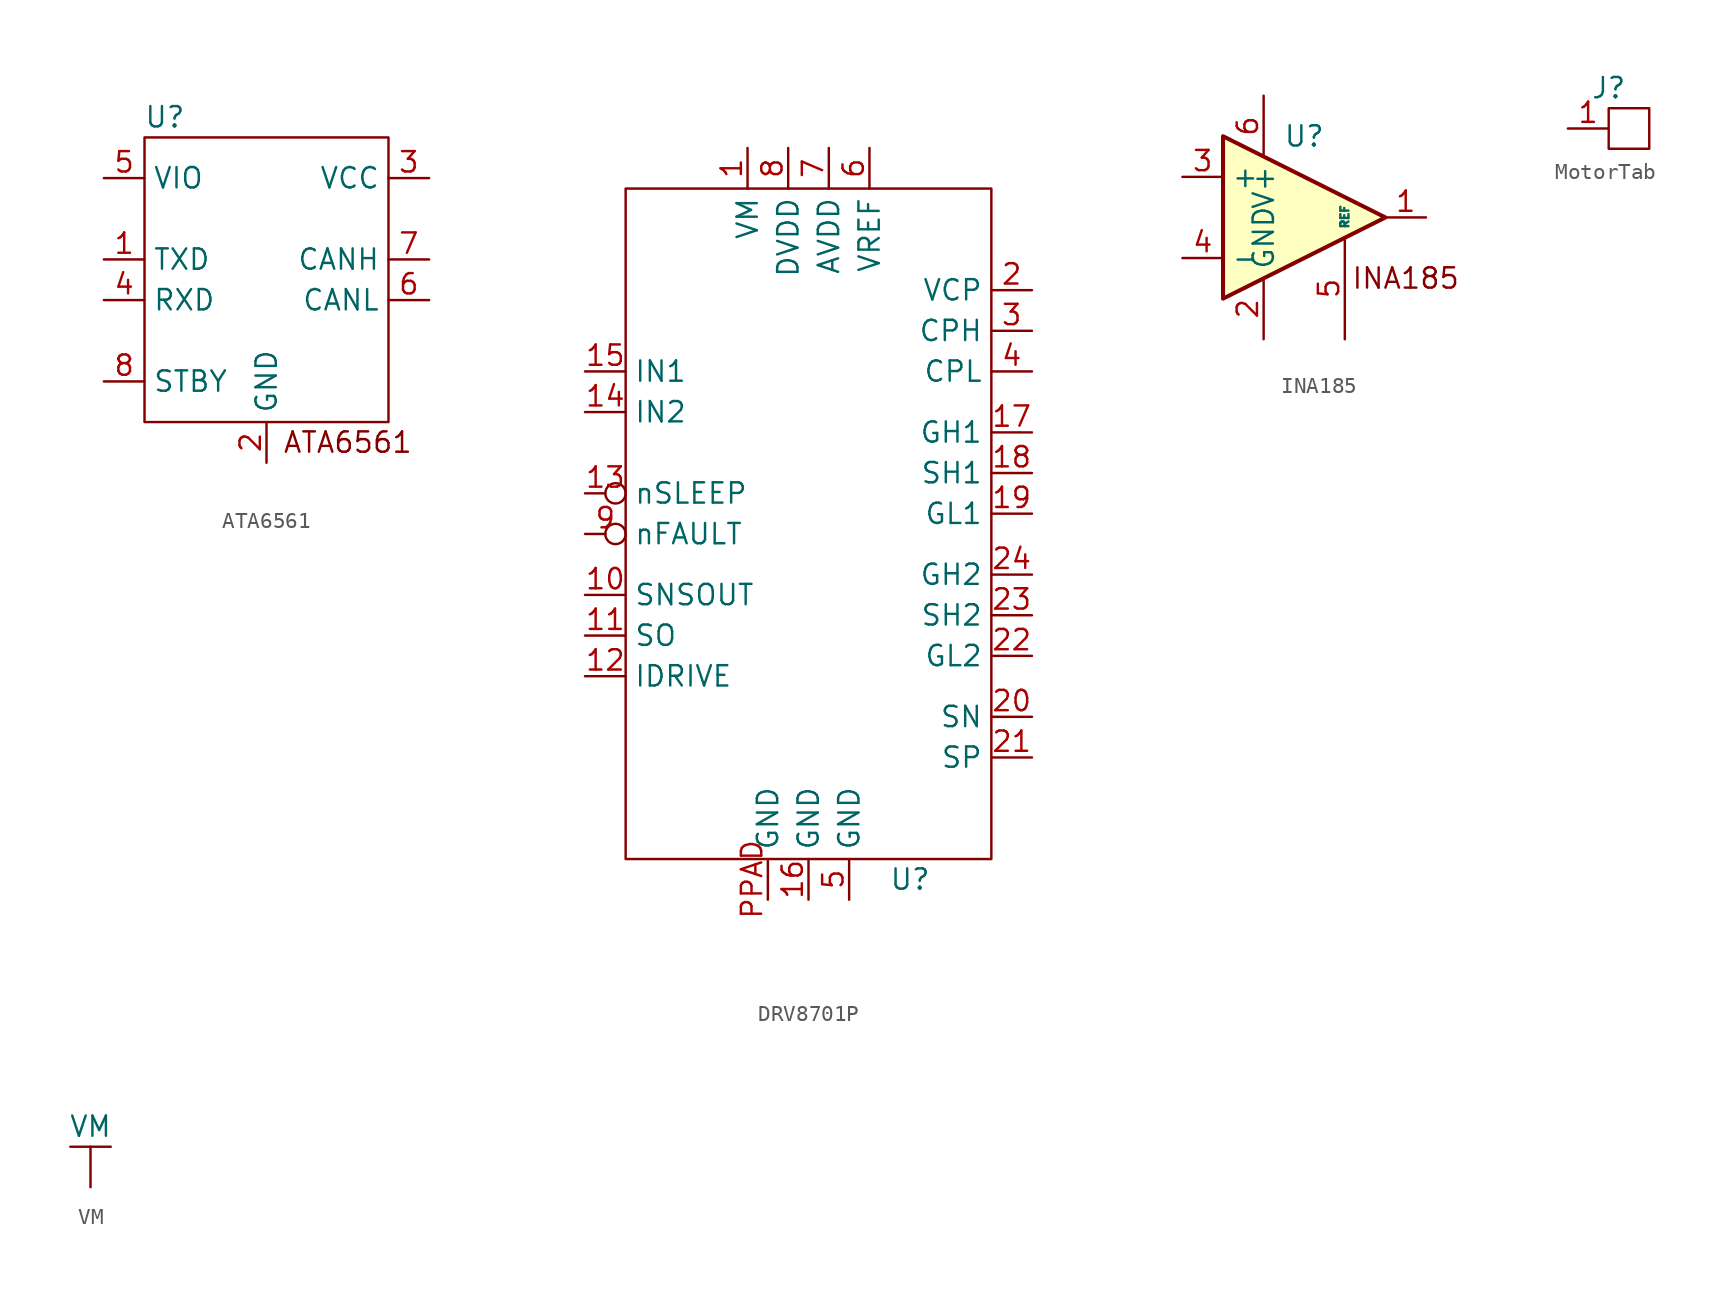
<source format=kicad_sym>
(kicad_symbol_lib
  (version 20220914)
  (generator kicad_symbol_editor)
  (symbol "ATA6561"
    (property "Reference" "U"
      (at -6.35 7.62 0)
      (effects (font (size 1.27 1.27))))
    (property "Value" ""
      (at 0 0 0)
      (effects (font (size 1.27 1.27))))
    (symbol "ATA6561_0_0"
      (pin unspecified line (at -10.16 -1.27 0) (length 2.54) (name "TXD" (effects (font (size 1.27 1.27)))) (number "1" (effects (font (size 1.27 1.27)))))
      (pin unspecified line (at 0 -13.97 90) (length 2.54) (name "GND" (effects (font (size 1.27 1.27)))) (number "2" (effects (font (size 1.27 1.27)))))
      (pin unspecified line (at 10.16 3.81 180) (length 2.54) (name "VCC" (effects (font (size 1.27 1.27)))) (number "3" (effects (font (size 1.27 1.27)))))
      (pin unspecified line (at -10.16 -3.81 0) (length 2.54) (name "RXD" (effects (font (size 1.27 1.27)))) (number "4" (effects (font (size 1.27 1.27)))))
      (pin unspecified line (at 10.16 -3.81 180) (length 2.54) (name "CANL" (effects (font (size 1.27 1.27)))) (number "6" (effects (font (size 1.27 1.27)))))
      (pin unspecified line (at 10.16 -1.27 180) (length 2.54) (name "CANH" (effects (font (size 1.27 1.27)))) (number "7" (effects (font (size 1.27 1.27)))))
      (pin unspecified line (at -10.16 -8.89 0) (length 2.54) (name "STBY" (effects (font (size 1.27 1.27)))) (number "8" (effects (font (size 1.27 1.27))))))
    (symbol "ATA6561_0_1"
      (rectangle (start -7.62 6.35) (end 7.62 -11.43) (stroke (width 0) (type default)) (fill (type none))))
    (symbol "ATA6561_1_0"
      (pin unspecified line (at -10.16 3.81 0) (length 2.54) (name "VIO" (effects (font (size 1.27 1.27)))) (number "5" (effects (font (size 1.27 1.27))))))
    (symbol "ATA6561_1_1"
      (text "ATA6561\n" (at 5.08 -12.7 0) (effects (font (size 1.27 1.27))))))
  (symbol "DRV8701P"
    (property "Reference" "U"
      (at 6.35 -22.86 0)
      (effects (font (size 1.27 1.27))))
    (property "Value" ""
      (at -5.08 21.59 0)
      (effects (font (size 1.27 1.27))))
    (symbol "DRV8701P_0_0"
      (pin unspecified line (at -3.81 22.86 270) (length 2.54) (name "VM" (effects (font (size 1.27 1.27)))) (number "1" (effects (font (size 1.27 1.27)))))
      (pin unspecified line (at -13.97 -5.08 0) (length 2.54) (name "SNSOUT" (effects (font (size 1.27 1.27)))) (number "10" (effects (font (size 1.27 1.27)))))
      (pin unspecified line (at -13.97 -7.62 0) (length 2.54) (name "SO" (effects (font (size 1.27 1.27)))) (number "11" (effects (font (size 1.27 1.27)))))
      (pin unspecified line (at -13.97 -10.16 0) (length 2.54) (name "IDRIVE" (effects (font (size 1.27 1.27)))) (number "12" (effects (font (size 1.27 1.27)))))
      (pin unspecified inverted (at -13.97 1.27 0) (length 2.54) (name "nSLEEP" (effects (font (size 1.27 1.27)))) (number "13" (effects (font (size 1.27 1.27)))))
      (pin unspecified line (at -13.97 6.35 0) (length 2.54) (name "IN2" (effects (font (size 1.27 1.27)))) (number "14" (effects (font (size 1.27 1.27)))))
      (pin unspecified line (at -13.97 8.89 0) (length 2.54) (name "IN1" (effects (font (size 1.27 1.27)))) (number "15" (effects (font (size 1.27 1.27)))))
      (pin unspecified line (at 0 -24.13 90) (length 2.54) (name "GND" (effects (font (size 1.27 1.27)))) (number "16" (effects (font (size 1.27 1.27)))))
      (pin unspecified line (at 13.97 5.08 180) (length 2.54) (name "GH1" (effects (font (size 1.27 1.27)))) (number "17" (effects (font (size 1.27 1.27)))))
      (pin unspecified line (at 13.97 2.54 180) (length 2.54) (name "SH1" (effects (font (size 1.27 1.27)))) (number "18" (effects (font (size 1.27 1.27)))))
      (pin unspecified line (at 13.97 0 180) (length 2.54) (name "GL1" (effects (font (size 1.27 1.27)))) (number "19" (effects (font (size 1.27 1.27)))))
      (pin unspecified line (at 13.97 13.97 180) (length 2.54) (name "VCP" (effects (font (size 1.27 1.27)))) (number "2" (effects (font (size 1.27 1.27)))))
      (pin unspecified line (at 13.97 -12.7 180) (length 2.54) (name "SN" (effects (font (size 1.27 1.27)))) (number "20" (effects (font (size 1.27 1.27)))))
      (pin unspecified line (at 13.97 -15.24 180) (length 2.54) (name "SP" (effects (font (size 1.27 1.27)))) (number "21" (effects (font (size 1.27 1.27)))))
      (pin unspecified line (at 13.97 -8.89 180) (length 2.54) (name "GL2" (effects (font (size 1.27 1.27)))) (number "22" (effects (font (size 1.27 1.27)))))
      (pin unspecified line (at 13.97 -6.35 180) (length 2.54) (name "SH2" (effects (font (size 1.27 1.27)))) (number "23" (effects (font (size 1.27 1.27)))))
      (pin unspecified line (at 13.97 -3.81 180) (length 2.54) (name "GH2" (effects (font (size 1.27 1.27)))) (number "24" (effects (font (size 1.27 1.27)))))
      (pin unspecified line (at 13.97 11.43 180) (length 2.54) (name "CPH" (effects (font (size 1.27 1.27)))) (number "3" (effects (font (size 1.27 1.27)))))
      (pin unspecified line (at 13.97 8.89 180) (length 2.54) (name "CPL" (effects (font (size 1.27 1.27)))) (number "4" (effects (font (size 1.27 1.27)))))
      (pin unspecified line (at 2.54 -24.13 90) (length 2.54) (name "GND" (effects (font (size 1.27 1.27)))) (number "5" (effects (font (size 1.27 1.27)))))
      (pin unspecified line (at 3.81 22.86 270) (length 2.54) (name "VREF" (effects (font (size 1.27 1.27)))) (number "6" (effects (font (size 1.27 1.27)))))
      (pin unspecified line (at 1.27 22.86 270) (length 2.54) (name "AVDD" (effects (font (size 1.27 1.27)))) (number "7" (effects (font (size 1.27 1.27)))))
      (pin unspecified line (at -1.27 22.86 270) (length 2.54) (name "DVDD" (effects (font (size 1.27 1.27)))) (number "8" (effects (font (size 1.27 1.27)))))
      (pin unspecified inverted (at -13.97 -1.27 0) (length 2.54) (name "nFAULT" (effects (font (size 1.27 1.27)))) (number "9" (effects (font (size 1.27 1.27)))))
      (pin unspecified line (at -2.54 -24.13 90) (length 2.54) (name "GND" (effects (font (size 1.27 1.27)))) (number "PPAD" (effects (font (size 1.27 1.27))))))
    (symbol "DRV8701P_0_1"
      (rectangle (start -11.43 20.32) (end 11.43 -21.59) (stroke (width 0) (type default)) (fill (type none)))))
  (symbol "INA185"
    (property "Reference" "U"
      (at 1.27 5.08 0)
      (effects (font (size 1.27 1.27))))
    (property "Value" ""
      (at 0 0 0)
      (effects (font (size 1.27 1.27))))
    (symbol "INA185_0_1"
      (polyline (pts (xy 6.35 0) (xy -3.81 5.08) (xy -3.81 -5.08) (xy 6.35 0)) (stroke (width 0.254) (type default)) (fill (type background))))
    (symbol "INA185_1_1"
      (text "INA185\n" (at 7.62 -3.81 0) (effects (font (size 1.27 1.27))))
      (pin output line (at 8.89 0 180) (length 2.54) (name "~" (effects (font (size 1.27 1.27)))) (number "1" (effects (font (size 1.27 1.27)))))
      (pin power_in line (at -1.27 -7.62 90) (length 3.81) (name "GND" (effects (font (size 1.27 1.27)))) (number "2" (effects (font (size 1.27 1.27)))))
      (pin input line (at -6.35 2.54 0) (length 2.54) (name "+" (effects (font (size 1.27 1.27)))) (number "3" (effects (font (size 1.27 1.27)))))
      (pin input line (at -6.35 -2.54 0) (length 2.54) (name "-" (effects (font (size 1.27 1.27)))) (number "4" (effects (font (size 1.27 1.27)))))
      (pin input line (at 3.81 -7.62 90) (length 6.35) (name "REF" (effects (font (size 0.508 0.508)))) (number "5" (effects (font (size 1.27 1.27)))))
      (pin power_in line (at -1.27 7.62 270) (length 3.81) (name "V+" (effects (font (size 1.27 1.27)))) (number "6" (effects (font (size 1.27 1.27)))))))
  (symbol "MotorTab"
    (property "Reference" "J"
      (at -1.27 2.54 0)
      (effects (font (size 1.27 1.27))))
    (property "Value" ""
      (at 0 0 0)
      (effects (font (size 1.27 1.27))))
    (symbol "MotorTab_0_1"
      (rectangle (start -1.27 1.27) (end 1.27 -1.27) (stroke (width 0) (type default)) (fill (type none))))
    (symbol "MotorTab_1_1"
      (pin power_out line (at -3.83 0 0) (length 2.54) (name "" (effects (font (size 1.27 1.27)))) (number "1" (effects (font (size 1.27 1.27)))))))
  (symbol "VM"
    (power)
    (property "Reference" "#PWR"
      (at -5.08 2.54 0)
      (effects (font (size 1.27 1.27)) hide))
    (property "Value" "VM"
      (at 0 3.81 0)
      (effects (font (size 1.27 1.27))))
    (symbol "VM_0_1"
      (polyline (pts (xy 0 2.54) (xy -1.27 2.54)) (stroke (width 0) (type default)) (fill (type none)))
      (polyline (pts (xy 0 2.54) (xy 0 0)) (stroke (width 0) (type default)) (fill (type none)))
      (polyline (pts (xy 0 2.54) (xy 1.27 2.54)) (stroke (width 0) (type default)) (fill (type none))))
    (symbol "VM_1_1"
      (pin power_out line (at 0 0 90) (length 2.54) hide (name "VM" (effects (font (size 1.27 1.27)))) (number "1" (effects (font (size 1.27 1.27))))))))
</source>
